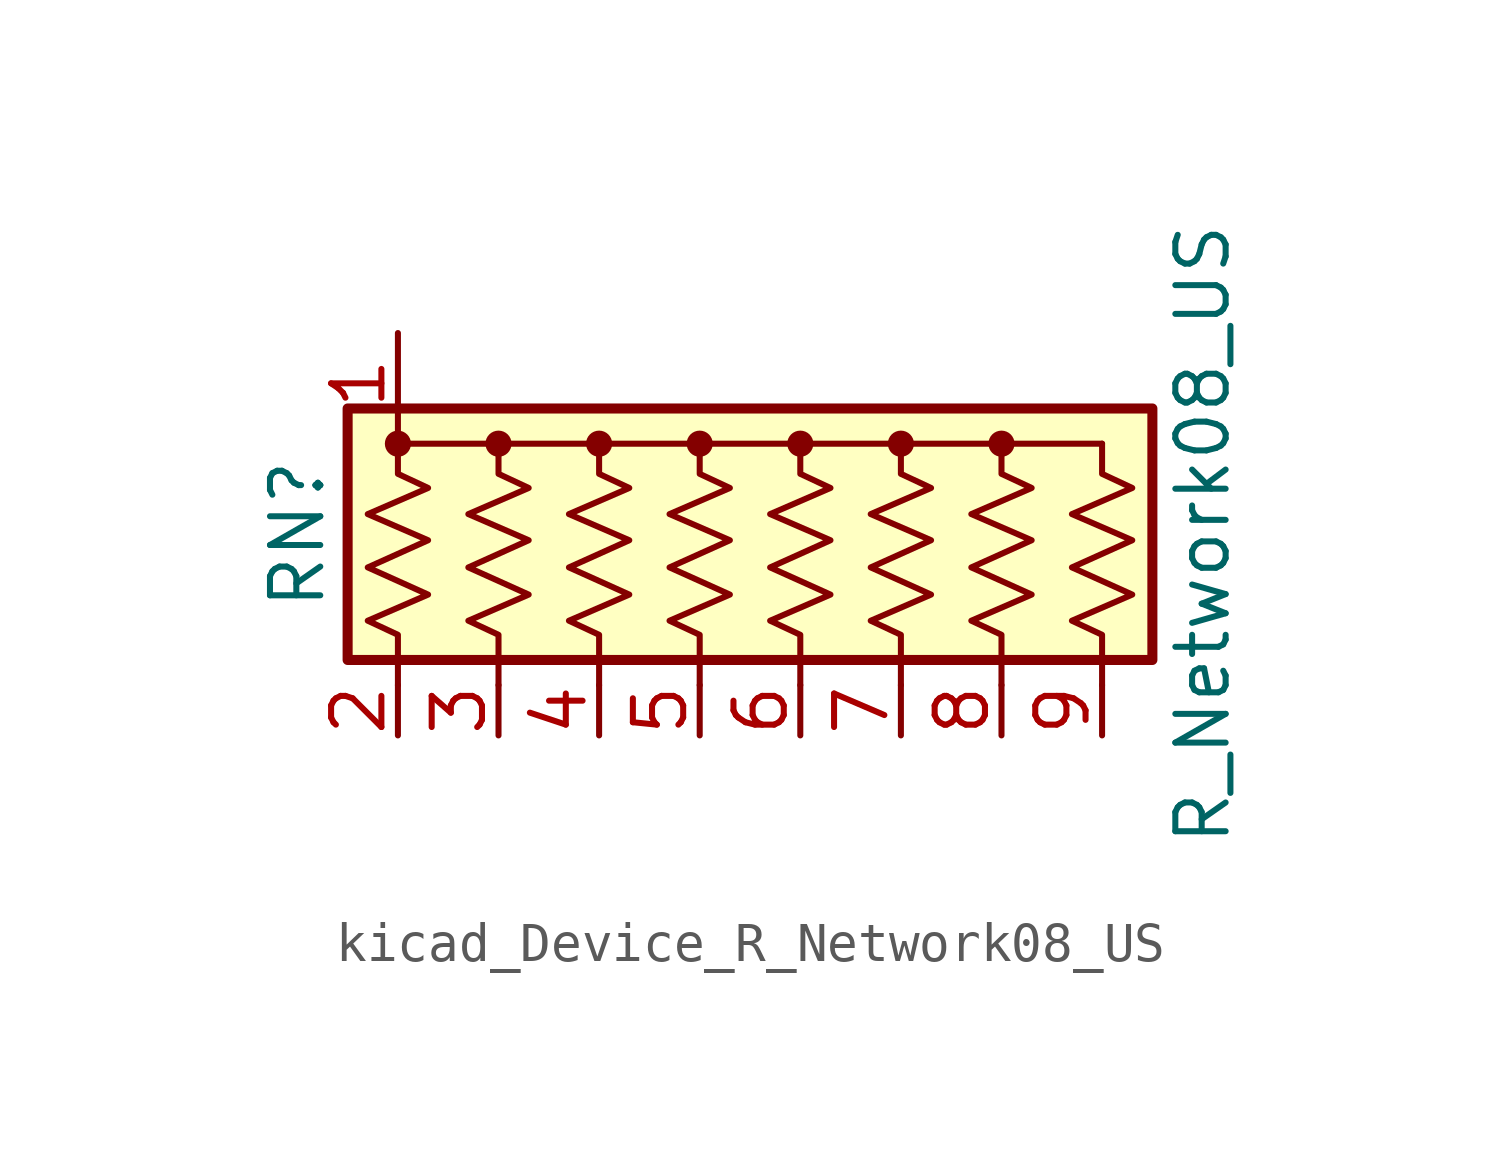
<source format=kicad_sym>
(kicad_symbol_lib
  (version 20220914)
  (generator kicad_symbol_editor)
  (symbol "kicad_Device_R_Network08_US"
    (pin_names
      (offset 0) hide)
    (property "Reference" "RN"
      (at -12.7 0 90)
      (effects (font (size 1.27 1.27))))
    (property "Value" "R_Network08_US"
      (at 10.16 0 90)
      (effects (font (size 1.27 1.27))))
    (symbol "kicad_Device_R_Network08_US_0_1"
      (rectangle (start -11.43 -3.175) (end 8.89 3.175) (stroke (width 0.254) (type default)) (fill (type background)))
      (circle (center -10.16 2.286) (radius 0.254) (stroke (width 0) (type default)) (fill (type outline)))
      (circle (center -7.62 2.286) (radius 0.254) (stroke (width 0) (type default)) (fill (type outline)))
      (circle (center -5.08 2.286) (radius 0.254) (stroke (width 0) (type default)) (fill (type outline)))
      (circle (center -2.54 2.286) (radius 0.254) (stroke (width 0) (type default)) (fill (type outline)))
      (polyline (pts (xy -10.16 2.286) (xy 7.62 2.286)) (stroke (width 0) (type default)) (fill (type none)))
      (polyline (pts (xy -10.16 2.286) (xy -10.16 1.524) (xy -9.398 1.168) (xy -10.922 0.508) (xy -9.398 -0.152) (xy -10.922 -0.838) (xy -9.398 -1.524) (xy -10.922 -2.184) (xy -10.16 -2.54) (xy -10.16 -3.81)) (stroke (width 0) (type default)) (fill (type none)))
      (polyline (pts (xy -7.62 2.286) (xy -7.62 1.524) (xy -6.858 1.168) (xy -8.382 0.508) (xy -6.858 -0.152) (xy -8.382 -0.838) (xy -6.858 -1.524) (xy -8.382 -2.184) (xy -7.62 -2.54) (xy -7.62 -3.81)) (stroke (width 0) (type default)) (fill (type none)))
      (polyline (pts (xy -5.08 2.286) (xy -5.08 1.524) (xy -4.318 1.168) (xy -5.842 0.508) (xy -4.318 -0.152) (xy -5.842 -0.838) (xy -4.318 -1.524) (xy -5.842 -2.184) (xy -5.08 -2.54) (xy -5.08 -3.81)) (stroke (width 0) (type default)) (fill (type none)))
      (polyline (pts (xy -2.54 2.286) (xy -2.54 1.524) (xy -1.778 1.168) (xy -3.302 0.508) (xy -1.778 -0.152) (xy -3.302 -0.838) (xy -1.778 -1.524) (xy -3.302 -2.184) (xy -2.54 -2.54) (xy -2.54 -3.81)) (stroke (width 0) (type default)) (fill (type none)))
      (polyline (pts (xy 0 2.286) (xy 0 1.524) (xy 0.762 1.168) (xy -0.762 0.508) (xy 0.762 -0.152) (xy -0.762 -0.838) (xy 0.762 -1.524) (xy -0.762 -2.184) (xy 0 -2.54) (xy 0 -3.81)) (stroke (width 0) (type default)) (fill (type none)))
      (polyline (pts (xy 2.54 2.286) (xy 2.54 1.524) (xy 3.302 1.168) (xy 1.778 0.508) (xy 3.302 -0.152) (xy 1.778 -0.838) (xy 3.302 -1.524) (xy 1.778 -2.184) (xy 2.54 -2.54) (xy 2.54 -3.81)) (stroke (width 0) (type default)) (fill (type none)))
      (polyline (pts (xy 5.08 2.286) (xy 5.08 1.524) (xy 5.842 1.168) (xy 4.318 0.508) (xy 5.842 -0.152) (xy 4.318 -0.838) (xy 5.842 -1.524) (xy 4.318 -2.184) (xy 5.08 -2.54) (xy 5.08 -3.81)) (stroke (width 0) (type default)) (fill (type none)))
      (polyline (pts (xy 7.62 2.286) (xy 7.62 1.524) (xy 8.382 1.168) (xy 6.858 0.508) (xy 8.382 -0.152) (xy 6.858 -0.838) (xy 8.382 -1.524) (xy 6.858 -2.184) (xy 7.62 -2.54) (xy 7.62 -3.81)) (stroke (width 0) (type default)) (fill (type none)))
      (circle (center 0 2.286) (radius 0.254) (stroke (width 0) (type default)) (fill (type outline)))
      (circle (center 2.54 2.286) (radius 0.254) (stroke (width 0) (type default)) (fill (type outline)))
      (circle (center 5.08 2.286) (radius 0.254) (stroke (width 0) (type default)) (fill (type outline))))
    (symbol "kicad_Device_R_Network08_US_1_1"
      (pin passive line (at -10.16 5.08 270) (length 2.54) (name "common" (effects (font (size 1.27 1.27)))) (number "1" (effects (font (size 1.27 1.27)))))
      (pin passive line (at -10.16 -5.08 90) (length 1.27) (name "R1" (effects (font (size 1.27 1.27)))) (number "2" (effects (font (size 1.27 1.27)))))
      (pin passive line (at -7.62 -5.08 90) (length 1.27) (name "R2" (effects (font (size 1.27 1.27)))) (number "3" (effects (font (size 1.27 1.27)))))
      (pin passive line (at -5.08 -5.08 90) (length 1.27) (name "R3" (effects (font (size 1.27 1.27)))) (number "4" (effects (font (size 1.27 1.27)))))
      (pin passive line (at -2.54 -5.08 90) (length 1.27) (name "R4" (effects (font (size 1.27 1.27)))) (number "5" (effects (font (size 1.27 1.27)))))
      (pin passive line (at 0 -5.08 90) (length 1.27) (name "R5" (effects (font (size 1.27 1.27)))) (number "6" (effects (font (size 1.27 1.27)))))
      (pin passive line (at 2.54 -5.08 90) (length 1.27) (name "R6" (effects (font (size 1.27 1.27)))) (number "7" (effects (font (size 1.27 1.27)))))
      (pin passive line (at 5.08 -5.08 90) (length 1.27) (name "R7" (effects (font (size 1.27 1.27)))) (number "8" (effects (font (size 1.27 1.27)))))
      (pin passive line (at 7.62 -5.08 90) (length 1.27) (name "R8" (effects (font (size 1.27 1.27)))) (number "9" (effects (font (size 1.27 1.27))))))))
</source>
